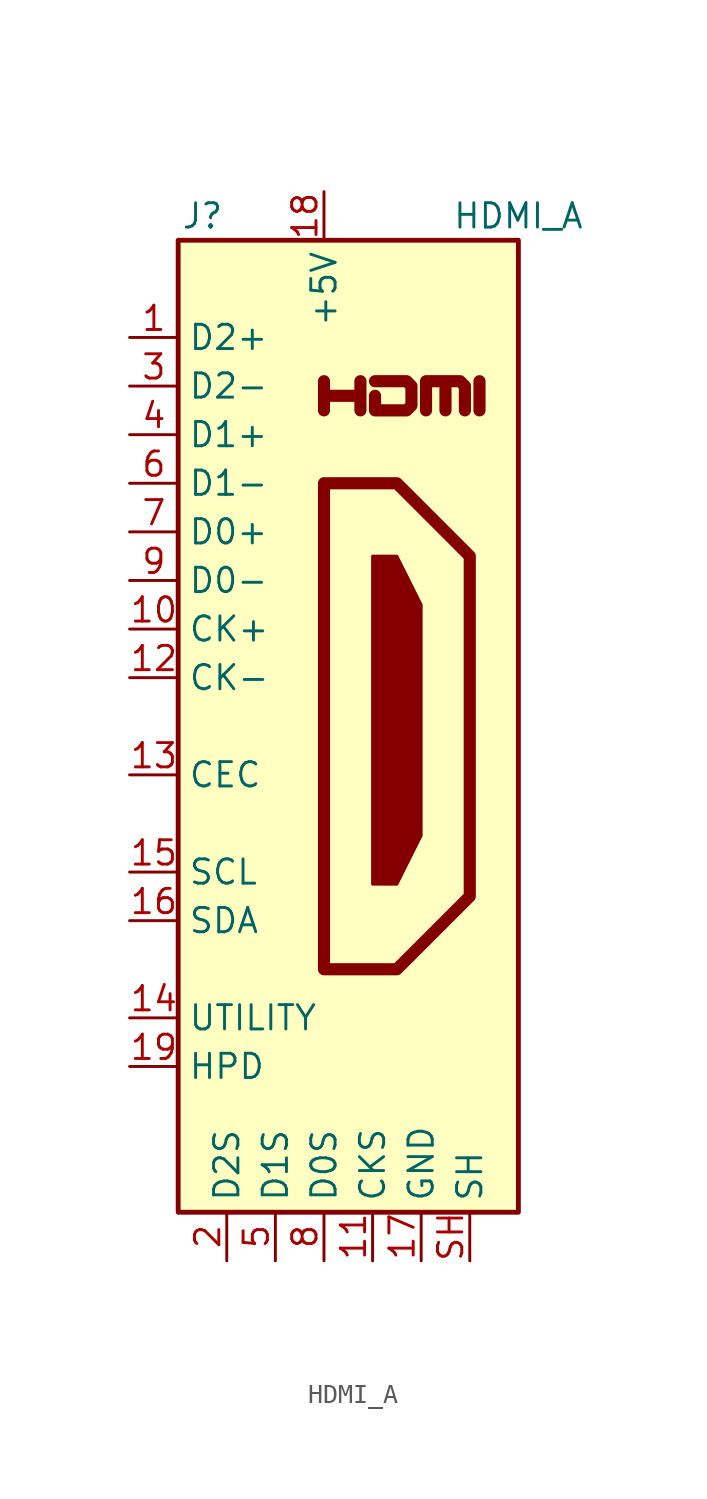
<source format=kicad_sym>
(kicad_symbol_lib
  (version 20211014)
  (generator kicad_symbol_editor)
  (symbol "HDMI_A"
    (property "Reference" "J"
      (at -6.35 26.67 0)
      (effects (font (size 1.27 1.27))))
    (property "Value" "HDMI_A"
      (at 10.16 26.67 0)
      (effects (font (size 1.27 1.27))))
    (symbol "HDMI_A_0_0"
      (polyline (pts (xy 8.128 16.51) (xy 8.128 18.034)) (stroke (width 0.635) (type default) (color 0 0 0 0)) (fill (type none)))
      (polyline (pts (xy 0 16.51) (xy 0 18.034) (xy 0 17.272) (xy 1.905 17.272) (xy 1.905 18.034) (xy 1.905 16.51)) (stroke (width 0.635) (type default) (color 0 0 0 0)) (fill (type none)))
      (polyline (pts (xy 2.667 18.034) (xy 4.318 18.034) (xy 4.572 17.78) (xy 4.572 16.764) (xy 4.318 16.51) (xy 2.667 16.51) (xy 2.667 17.272)) (stroke (width 0.635) (type default) (color 0 0 0 0)) (fill (type none))))
    (symbol "HDMI_A_0_1"
      (rectangle (start -7.62 25.4) (end 10.16 -25.4) (stroke (width 0.254) (type default) (color 0 0 0 0)) (fill (type background)))
      (polyline (pts (xy 2.54 8.89) (xy 3.81 8.89) (xy 5.08 6.35) (xy 5.08 -5.715) (xy 3.81 -8.255) (xy 2.54 -8.255) (xy 2.54 8.89)) (stroke (width 0) (type default) (color 0 0 0 0)) (fill (type outline)))
      (polyline (pts (xy 5.334 16.51) (xy 5.334 18.034) (xy 6.35 18.034) (xy 6.35 16.51) (xy 6.35 18.034) (xy 7.112 18.034) (xy 7.366 17.78) (xy 7.366 16.51)) (stroke (width 0.635) (type default) (color 0 0 0 0)) (fill (type none)))
      (polyline (pts (xy 0 12.7) (xy 0 -12.7) (xy 3.81 -12.7) (xy 3.81 -12.7) (xy 7.62 -8.89) (xy 7.62 8.89) (xy 3.81 12.7) (xy 3.81 12.7) (xy 0 12.7)) (stroke (width 0.635) (type default) (color 0 0 0 0)) (fill (type none))))
    (symbol "HDMI_A_1_1"
      (pin passive line (at -10.16 20.32 0) (length 2.54) (name "D2+" (effects (font (size 1.27 1.27)))) (number "1" (effects (font (size 1.27 1.27)))))
      (pin passive line (at -10.16 5.08 0) (length 2.54) (name "CK+" (effects (font (size 1.27 1.27)))) (number "10" (effects (font (size 1.27 1.27)))))
      (pin power_in line (at 2.54 -27.94 90) (length 2.54) (name "CKS" (effects (font (size 1.27 1.27)))) (number "11" (effects (font (size 1.27 1.27)))))
      (pin passive line (at -10.16 2.54 0) (length 2.54) (name "CK-" (effects (font (size 1.27 1.27)))) (number "12" (effects (font (size 1.27 1.27)))))
      (pin bidirectional line (at -10.16 -2.54 0) (length 2.54) (name "CEC" (effects (font (size 1.27 1.27)))) (number "13" (effects (font (size 1.27 1.27)))))
      (pin passive line (at -10.16 -15.24 0) (length 2.54) (name "UTILITY" (effects (font (size 1.27 1.27)))) (number "14" (effects (font (size 1.27 1.27)))))
      (pin passive line (at -10.16 -7.62 0) (length 2.54) (name "SCL" (effects (font (size 1.27 1.27)))) (number "15" (effects (font (size 1.27 1.27)))))
      (pin bidirectional line (at -10.16 -10.16 0) (length 2.54) (name "SDA" (effects (font (size 1.27 1.27)))) (number "16" (effects (font (size 1.27 1.27)))))
      (pin power_in line (at 5.08 -27.94 90) (length 2.54) (name "GND" (effects (font (size 1.27 1.27)))) (number "17" (effects (font (size 1.27 1.27)))))
      (pin power_in line (at 0 27.94 270) (length 2.54) (name "+5V" (effects (font (size 1.27 1.27)))) (number "18" (effects (font (size 1.27 1.27)))))
      (pin passive line (at -10.16 -17.78 0) (length 2.54) (name "HPD" (effects (font (size 1.27 1.27)))) (number "19" (effects (font (size 1.27 1.27)))))
      (pin power_in line (at -5.08 -27.94 90) (length 2.54) (name "D2S" (effects (font (size 1.27 1.27)))) (number "2" (effects (font (size 1.27 1.27)))))
      (pin passive line (at -10.16 17.78 0) (length 2.54) (name "D2-" (effects (font (size 1.27 1.27)))) (number "3" (effects (font (size 1.27 1.27)))))
      (pin passive line (at -10.16 15.24 0) (length 2.54) (name "D1+" (effects (font (size 1.27 1.27)))) (number "4" (effects (font (size 1.27 1.27)))))
      (pin power_in line (at -2.54 -27.94 90) (length 2.54) (name "D1S" (effects (font (size 1.27 1.27)))) (number "5" (effects (font (size 1.27 1.27)))))
      (pin passive line (at -10.16 12.7 0) (length 2.54) (name "D1-" (effects (font (size 1.27 1.27)))) (number "6" (effects (font (size 1.27 1.27)))))
      (pin passive line (at -10.16 10.16 0) (length 2.54) (name "D0+" (effects (font (size 1.27 1.27)))) (number "7" (effects (font (size 1.27 1.27)))))
      (pin power_in line (at 0 -27.94 90) (length 2.54) (name "D0S" (effects (font (size 1.27 1.27)))) (number "8" (effects (font (size 1.27 1.27)))))
      (pin passive line (at -10.16 7.62 0) (length 2.54) (name "D0-" (effects (font (size 1.27 1.27)))) (number "9" (effects (font (size 1.27 1.27)))))
      (pin passive line (at 7.62 -27.94 90) (length 2.54) (name "SH" (effects (font (size 1.27 1.27)))) (number "SH" (effects (font (size 1.27 1.27))))))))
</source>
